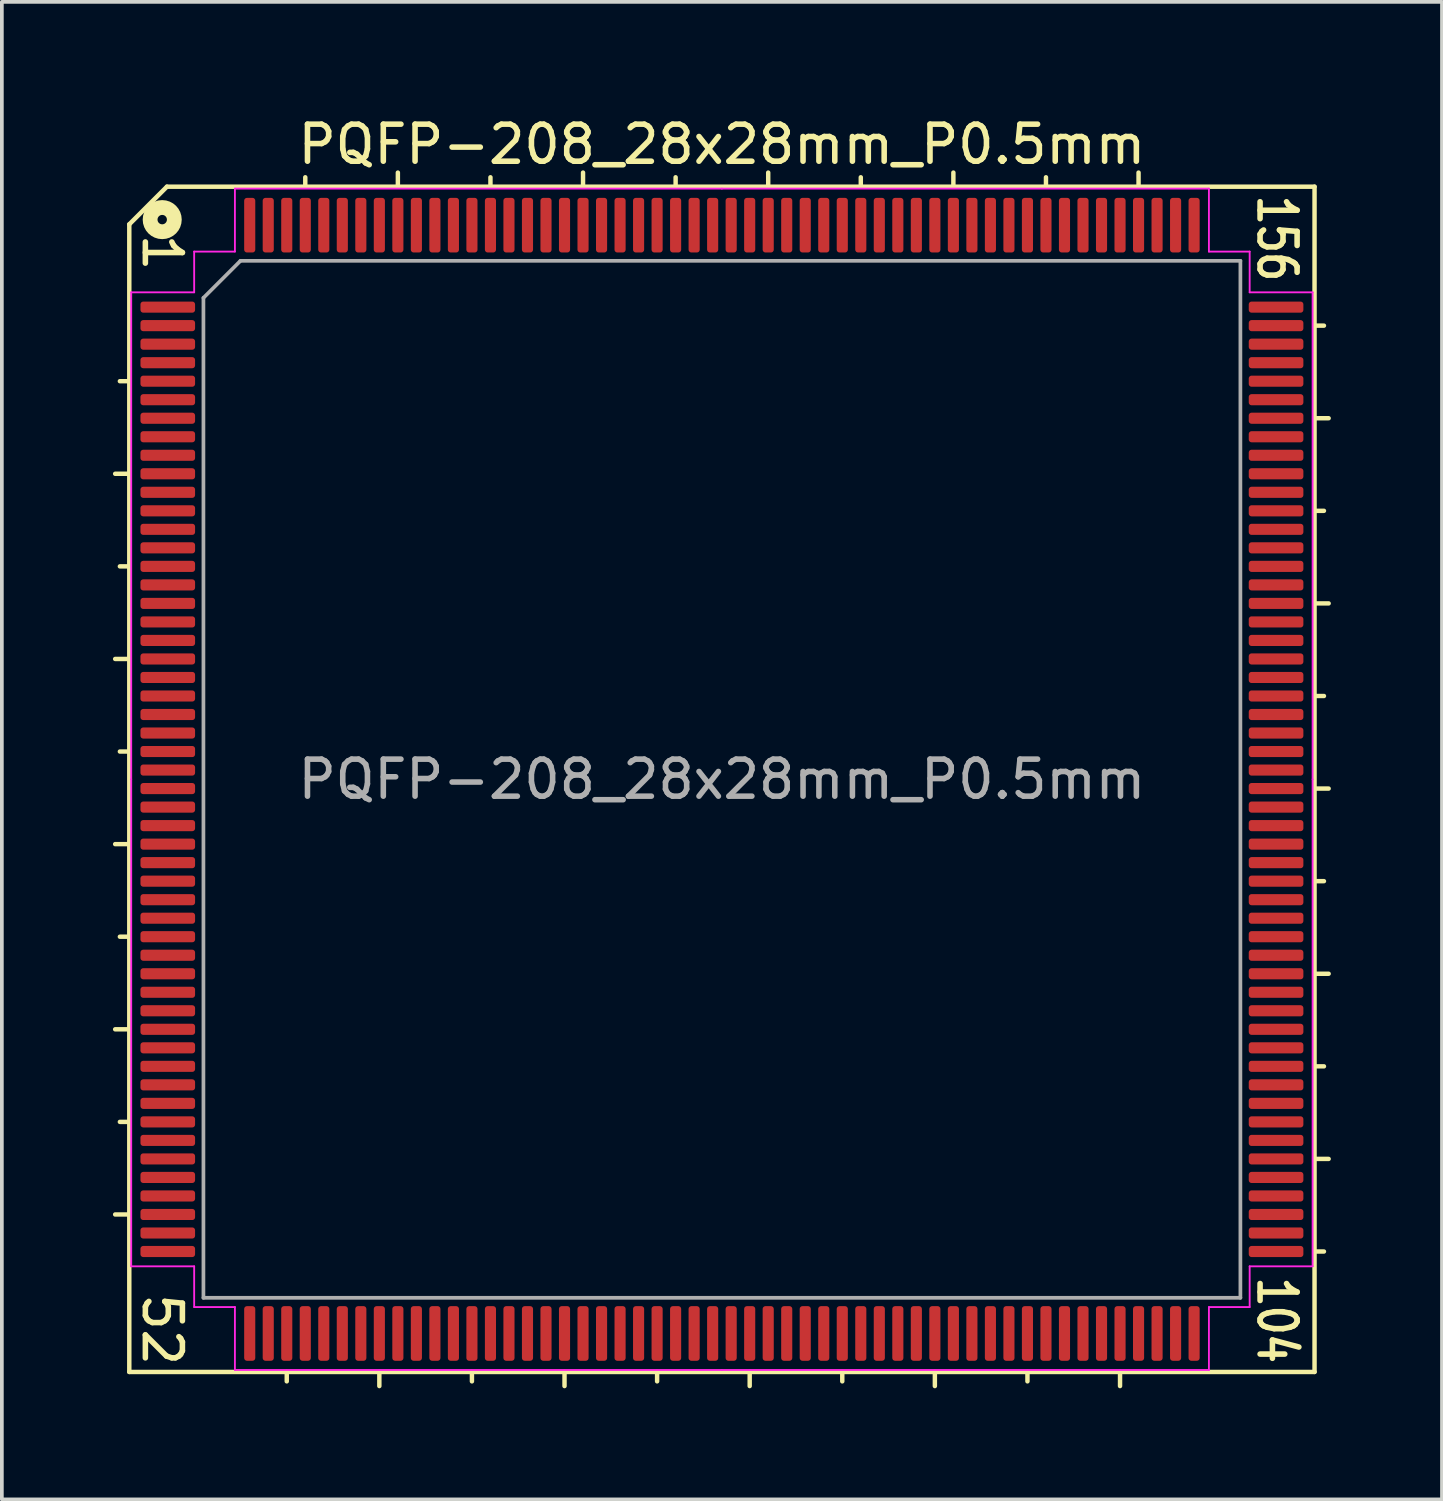
<source format=kicad_pcb>
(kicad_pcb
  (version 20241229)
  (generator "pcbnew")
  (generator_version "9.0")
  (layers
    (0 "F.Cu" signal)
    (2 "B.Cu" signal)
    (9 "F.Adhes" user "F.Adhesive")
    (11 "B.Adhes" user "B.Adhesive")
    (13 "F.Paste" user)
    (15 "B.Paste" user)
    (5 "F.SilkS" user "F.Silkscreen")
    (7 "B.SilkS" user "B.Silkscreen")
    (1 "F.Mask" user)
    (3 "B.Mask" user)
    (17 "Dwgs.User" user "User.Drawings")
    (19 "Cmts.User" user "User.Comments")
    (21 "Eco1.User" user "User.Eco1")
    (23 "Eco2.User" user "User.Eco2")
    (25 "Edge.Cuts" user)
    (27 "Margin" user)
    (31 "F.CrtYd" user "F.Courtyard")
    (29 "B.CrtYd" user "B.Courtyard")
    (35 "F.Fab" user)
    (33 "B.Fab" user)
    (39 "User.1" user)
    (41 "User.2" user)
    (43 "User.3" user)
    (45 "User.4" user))
  (footprint "PQFP-208_28x28mm_P0.5mm"
    (layer "F.Cu")
    (at 16.443 17.993)
    (property "Reference" "PQFP-208_28x28mm_P0.5mm" (at 0 -17.145 0) (layer "F.SilkS") (effects (font (size 1 1) (thickness 0.15))))
    (attr smd)
    (fp_line (start -16.002 -14.986) (end -16.002 16.002) (stroke (width 0.12) (type solid)) (layer "F.SilkS"))
    (fp_line (start -16.002 -10.75) (end -16.256 -10.75) (stroke (width 0.12) (type solid)) (layer "F.SilkS"))
    (fp_line (start -16.002 -8.25) (end -16.383 -8.25) (stroke (width 0.12) (type solid)) (layer "F.SilkS"))
    (fp_line (start -16.002 -5.75) (end -16.256 -5.75) (stroke (width 0.12) (type solid)) (layer "F.SilkS"))
    (fp_line (start -16.002 -3.25) (end -16.383 -3.25) (stroke (width 0.12) (type solid)) (layer "F.SilkS"))
    (fp_line (start -16.002 -0.75) (end -16.256 -0.75) (stroke (width 0.12) (type solid)) (layer "F.SilkS"))
    (fp_line (start -16.002 1.75) (end -16.383 1.75) (stroke (width 0.12) (type solid)) (layer "F.SilkS"))
    (fp_line (start -16.002 4.25) (end -16.256 4.25) (stroke (width 0.12) (type solid)) (layer "F.SilkS"))
    (fp_line (start -16.002 6.75) (end -16.383 6.75) (stroke (width 0.12) (type solid)) (layer "F.SilkS"))
    (fp_line (start -16.002 9.25) (end -16.256 9.25) (stroke (width 0.12) (type solid)) (layer "F.SilkS"))
    (fp_line (start -16.002 11.75) (end -16.383 11.75) (stroke (width 0.12) (type solid)) (layer "F.SilkS"))
    (fp_line (start -16.002 16.002) (end 16.002 16.002) (stroke (width 0.12) (type solid)) (layer "F.SilkS"))
    (fp_line (start -14.986 -16.002) (end -16.002 -14.986) (stroke (width 0.12) (type solid)) (layer "F.SilkS"))
    (fp_line (start -11.75 16.002) (end -11.75 16.256) (stroke (width 0.12) (type solid)) (layer "F.SilkS"))
    (fp_line (start -11.25 -16.002) (end -11.25 -16.256) (stroke (width 0.12) (type solid)) (layer "F.SilkS"))
    (fp_line (start -9.25 16.002) (end -9.25 16.383) (stroke (width 0.12) (type solid)) (layer "F.SilkS"))
    (fp_line (start -8.75 -16.002) (end -8.75 -16.383) (stroke (width 0.12) (type solid)) (layer "F.SilkS"))
    (fp_line (start -6.75 16.002) (end -6.75 16.256) (stroke (width 0.12) (type solid)) (layer "F.SilkS"))
    (fp_line (start -6.25 -16.002) (end -6.25 -16.256) (stroke (width 0.12) (type solid)) (layer "F.SilkS"))
    (fp_line (start -4.25 16.002) (end -4.25 16.383) (stroke (width 0.12) (type solid)) (layer "F.SilkS"))
    (fp_line (start -3.75 -16.002) (end -3.75 -16.383) (stroke (width 0.12) (type solid)) (layer "F.SilkS"))
    (fp_line (start -1.75 16.002) (end -1.75 16.256) (stroke (width 0.12) (type solid)) (layer "F.SilkS"))
    (fp_line (start -1.25 -16.002) (end -1.25 -16.256) (stroke (width 0.12) (type solid)) (layer "F.SilkS"))
    (fp_line (start 0.75 16.002) (end 0.75 16.383) (stroke (width 0.12) (type solid)) (layer "F.SilkS"))
    (fp_line (start 1.25 -16.002) (end 1.25 -16.383) (stroke (width 0.12) (type solid)) (layer "F.SilkS"))
    (fp_line (start 3.25 16.002) (end 3.25 16.256) (stroke (width 0.12) (type solid)) (layer "F.SilkS"))
    (fp_line (start 3.75 -16.002) (end 3.75 -16.256) (stroke (width 0.12) (type solid)) (layer "F.SilkS"))
    (fp_line (start 5.75 16.002) (end 5.75 16.383) (stroke (width 0.12) (type solid)) (layer "F.SilkS"))
    (fp_line (start 6.25 -16.002) (end 6.25 -16.383) (stroke (width 0.12) (type solid)) (layer "F.SilkS"))
    (fp_line (start 8.25 16.002) (end 8.25 16.256) (stroke (width 0.12) (type solid)) (layer "F.SilkS"))
    (fp_line (start 8.75 -16.002) (end 8.75 -16.256) (stroke (width 0.12) (type solid)) (layer "F.SilkS"))
    (fp_line (start 10.75 16.002) (end 10.75 16.383) (stroke (width 0.12) (type solid)) (layer "F.SilkS"))
    (fp_line (start 11.25 -16.002) (end 11.25 -16.383) (stroke (width 0.12) (type solid)) (layer "F.SilkS"))
    (fp_line (start 16.002 -16.002) (end -14.986 -16.002) (stroke (width 0.12) (type solid)) (layer "F.SilkS"))
    (fp_line (start 16.002 -12.25) (end 16.256 -12.25) (stroke (width 0.12) (type solid)) (layer "F.SilkS"))
    (fp_line (start 16.002 -9.75) (end 16.383 -9.75) (stroke (width 0.12) (type solid)) (layer "F.SilkS"))
    (fp_line (start 16.002 -7.25) (end 16.256 -7.25) (stroke (width 0.12) (type solid)) (layer "F.SilkS"))
    (fp_line (start 16.002 -4.75) (end 16.383 -4.75) (stroke (width 0.12) (type solid)) (layer "F.SilkS"))
    (fp_line (start 16.002 -2.25) (end 16.256 -2.25) (stroke (width 0.12) (type solid)) (layer "F.SilkS"))
    (fp_line (start 16.002 0.25) (end 16.383 0.25) (stroke (width 0.12) (type solid)) (layer "F.SilkS"))
    (fp_line (start 16.002 2.75) (end 16.256 2.75) (stroke (width 0.12) (type solid)) (layer "F.SilkS"))
    (fp_line (start 16.002 5.25) (end 16.383 5.25) (stroke (width 0.12) (type solid)) (layer "F.SilkS"))
    (fp_line (start 16.002 7.75) (end 16.256 7.75) (stroke (width 0.12) (type solid)) (layer "F.SilkS"))
    (fp_line (start 16.002 10.25) (end 16.383 10.25) (stroke (width 0.12) (type solid)) (layer "F.SilkS"))
    (fp_line (start 16.002 12.75) (end 16.256 12.75) (stroke (width 0.12) (type solid)) (layer "F.SilkS"))
    (fp_line (start 16.002 16.002) (end 16.002 -16.002) (stroke (width 0.12) (type solid)) (layer "F.SilkS"))
    (fp_circle (center -15.113 -15.113) (end -14.986 -15.113) (stroke (width 0.4) (type solid)) (fill no) (layer "F.SilkS"))
    (fp_line (start -15.95 -13.15) (end -15.95 0) (stroke (width 0.05) (type solid)) (layer "F.CrtYd"))
    (fp_line (start -15.95 13.15) (end -15.95 0) (stroke (width 0.05) (type solid)) (layer "F.CrtYd"))
    (fp_line (start -14.25 -14.25) (end -14.25 -13.15) (stroke (width 0.05) (type solid)) (layer "F.CrtYd"))
    (fp_line (start -14.25 -13.15) (end -15.95 -13.15) (stroke (width 0.05) (type solid)) (layer "F.CrtYd"))
    (fp_line (start -14.25 13.15) (end -15.95 13.15) (stroke (width 0.05) (type solid)) (layer "F.CrtYd"))
    (fp_line (start -14.25 14.25) (end -14.25 13.15) (stroke (width 0.05) (type solid)) (layer "F.CrtYd"))
    (fp_line (start -13.15 -15.95) (end -13.15 -14.25) (stroke (width 0.05) (type solid)) (layer "F.CrtYd"))
    (fp_line (start -13.15 -14.25) (end -14.25 -14.25) (stroke (width 0.05) (type solid)) (layer "F.CrtYd"))
    (fp_line (start -13.15 14.25) (end -14.25 14.25) (stroke (width 0.05) (type solid)) (layer "F.CrtYd"))
    (fp_line (start -13.15 15.95) (end -13.15 14.25) (stroke (width 0.05) (type solid)) (layer "F.CrtYd"))
    (fp_line (start 0 -15.95) (end -13.15 -15.95) (stroke (width 0.05) (type solid)) (layer "F.CrtYd"))
    (fp_line (start 0 -15.95) (end 13.15 -15.95) (stroke (width 0.05) (type solid)) (layer "F.CrtYd"))
    (fp_line (start 0 15.95) (end -13.15 15.95) (stroke (width 0.05) (type solid)) (layer "F.CrtYd"))
    (fp_line (start 0 15.95) (end 13.15 15.95) (stroke (width 0.05) (type solid)) (layer "F.CrtYd"))
    (fp_line (start 13.15 -15.95) (end 13.15 -14.25) (stroke (width 0.05) (type solid)) (layer "F.CrtYd"))
    (fp_line (start 13.15 -14.25) (end 14.25 -14.25) (stroke (width 0.05) (type solid)) (layer "F.CrtYd"))
    (fp_line (start 13.15 14.25) (end 14.25 14.25) (stroke (width 0.05) (type solid)) (layer "F.CrtYd"))
    (fp_line (start 13.15 15.95) (end 13.15 14.25) (stroke (width 0.05) (type solid)) (layer "F.CrtYd"))
    (fp_line (start 14.25 -14.25) (end 14.25 -13.15) (stroke (width 0.05) (type solid)) (layer "F.CrtYd"))
    (fp_line (start 14.25 -13.15) (end 15.95 -13.15) (stroke (width 0.05) (type solid)) (layer "F.CrtYd"))
    (fp_line (start 14.25 13.15) (end 15.95 13.15) (stroke (width 0.05) (type solid)) (layer "F.CrtYd"))
    (fp_line (start 14.25 14.25) (end 14.25 13.15) (stroke (width 0.05) (type solid)) (layer "F.CrtYd"))
    (fp_line (start 15.95 -13.15) (end 15.95 0) (stroke (width 0.05) (type solid)) (layer "F.CrtYd"))
    (fp_line (start 15.95 13.15) (end 15.95 0) (stroke (width 0.05) (type solid)) (layer "F.CrtYd"))
    (fp_line (start -14 -13) (end -13 -14) (stroke (width 0.1) (type solid)) (layer "F.Fab"))
    (fp_line (start -14 14) (end -14 -13) (stroke (width 0.1) (type solid)) (layer "F.Fab"))
    (fp_line (start -13 -14) (end 14 -14) (stroke (width 0.1) (type solid)) (layer "F.Fab"))
    (fp_line (start 14 -14) (end 14 14) (stroke (width 0.1) (type solid)) (layer "F.Fab"))
    (fp_line (start 14 14) (end -14 14) (stroke (width 0.1) (type solid)) (layer "F.Fab"))
    (fp_text user "52" (at -15.113 14.859 270) (unlocked yes) (layer "F.SilkS") (effects (font (size 1 1) (thickness 0.15))))
    (fp_text user "156" (at 14.986 -14.605 270) (unlocked yes) (layer "F.SilkS") (effects (font (size 1 0.8) (thickness 0.15))))
    (fp_text user "1" (at -15.113 -14.224 270) (unlocked yes) (layer "F.SilkS") (effects (font (size 1 1) (thickness 0.15))))
    (fp_text user "104" (at 14.986 14.605 270) (unlocked yes) (layer "F.SilkS") (effects (font (size 1 0.8) (thickness 0.15))))
    (fp_text user "${REFERENCE}" (at 0 0 0) (layer "F.Fab") (effects (font (size 1 1) (thickness 0.15))))
    (pad "1" smd roundrect (at -14.963 -12.75) (size 1.475 0.3) (layers "F.Cu" "F.Mask" "F.Paste") (roundrect_rratio 0.25))
    (pad "2" smd roundrect (at -14.963 -12.25) (size 1.475 0.3) (layers "F.Cu" "F.Mask" "F.Paste") (roundrect_rratio 0.25))
    (pad "3" smd roundrect (at -14.963 -11.75) (size 1.475 0.3) (layers "F.Cu" "F.Mask" "F.Paste") (roundrect_rratio 0.25))
    (pad "4" smd roundrect (at -14.963 -11.25) (size 1.475 0.3) (layers "F.Cu" "F.Mask" "F.Paste") (roundrect_rratio 0.25))
    (pad "5" smd roundrect (at -14.963 -10.75) (size 1.475 0.3) (layers "F.Cu" "F.Mask" "F.Paste") (roundrect_rratio 0.25))
    (pad "6" smd roundrect (at -14.963 -10.25) (size 1.475 0.3) (layers "F.Cu" "F.Mask" "F.Paste") (roundrect_rratio 0.25))
    (pad "7" smd roundrect (at -14.963 -9.75) (size 1.475 0.3) (layers "F.Cu" "F.Mask" "F.Paste") (roundrect_rratio 0.25))
    (pad "8" smd roundrect (at -14.963 -9.25) (size 1.475 0.3) (layers "F.Cu" "F.Mask" "F.Paste") (roundrect_rratio 0.25))
    (pad "9" smd roundrect (at -14.963 -8.75) (size 1.475 0.3) (layers "F.Cu" "F.Mask" "F.Paste") (roundrect_rratio 0.25))
    (pad "10" smd roundrect (at -14.963 -8.25) (size 1.475 0.3) (layers "F.Cu" "F.Mask" "F.Paste") (roundrect_rratio 0.25))
    (pad "11" smd roundrect (at -14.963 -7.75) (size 1.475 0.3) (layers "F.Cu" "F.Mask" "F.Paste") (roundrect_rratio 0.25))
    (pad "12" smd roundrect (at -14.963 -7.25) (size 1.475 0.3) (layers "F.Cu" "F.Mask" "F.Paste") (roundrect_rratio 0.25))
    (pad "13" smd roundrect (at -14.963 -6.75) (size 1.475 0.3) (layers "F.Cu" "F.Mask" "F.Paste") (roundrect_rratio 0.25))
    (pad "14" smd roundrect (at -14.963 -6.25) (size 1.475 0.3) (layers "F.Cu" "F.Mask" "F.Paste") (roundrect_rratio 0.25))
    (pad "15" smd roundrect (at -14.963 -5.75) (size 1.475 0.3) (layers "F.Cu" "F.Mask" "F.Paste") (roundrect_rratio 0.25))
    (pad "16" smd roundrect (at -14.963 -5.25) (size 1.475 0.3) (layers "F.Cu" "F.Mask" "F.Paste") (roundrect_rratio 0.25))
    (pad "17" smd roundrect (at -14.963 -4.75) (size 1.475 0.3) (layers "F.Cu" "F.Mask" "F.Paste") (roundrect_rratio 0.25))
    (pad "18" smd roundrect (at -14.963 -4.25) (size 1.475 0.3) (layers "F.Cu" "F.Mask" "F.Paste") (roundrect_rratio 0.25))
    (pad "19" smd roundrect (at -14.963 -3.75) (size 1.475 0.3) (layers "F.Cu" "F.Mask" "F.Paste") (roundrect_rratio 0.25))
    (pad "20" smd roundrect (at -14.963 -3.25) (size 1.475 0.3) (layers "F.Cu" "F.Mask" "F.Paste") (roundrect_rratio 0.25))
    (pad "21" smd roundrect (at -14.963 -2.75) (size 1.475 0.3) (layers "F.Cu" "F.Mask" "F.Paste") (roundrect_rratio 0.25))
    (pad "22" smd roundrect (at -14.963 -2.25) (size 1.475 0.3) (layers "F.Cu" "F.Mask" "F.Paste") (roundrect_rratio 0.25))
    (pad "23" smd roundrect (at -14.963 -1.75) (size 1.475 0.3) (layers "F.Cu" "F.Mask" "F.Paste") (roundrect_rratio 0.25))
    (pad "24" smd roundrect (at -14.963 -1.25) (size 1.475 0.3) (layers "F.Cu" "F.Mask" "F.Paste") (roundrect_rratio 0.25))
    (pad "25" smd roundrect (at -14.963 -0.75) (size 1.475 0.3) (layers "F.Cu" "F.Mask" "F.Paste") (roundrect_rratio 0.25))
    (pad "26" smd roundrect (at -14.963 -0.25) (size 1.475 0.3) (layers "F.Cu" "F.Mask" "F.Paste") (roundrect_rratio 0.25))
    (pad "27" smd roundrect (at -14.963 0.25) (size 1.475 0.3) (layers "F.Cu" "F.Mask" "F.Paste") (roundrect_rratio 0.25))
    (pad "28" smd roundrect (at -14.963 0.75) (size 1.475 0.3) (layers "F.Cu" "F.Mask" "F.Paste") (roundrect_rratio 0.25))
    (pad "29" smd roundrect (at -14.963 1.25) (size 1.475 0.3) (layers "F.Cu" "F.Mask" "F.Paste") (roundrect_rratio 0.25))
    (pad "30" smd roundrect (at -14.963 1.75) (size 1.475 0.3) (layers "F.Cu" "F.Mask" "F.Paste") (roundrect_rratio 0.25))
    (pad "31" smd roundrect (at -14.963 2.25) (size 1.475 0.3) (layers "F.Cu" "F.Mask" "F.Paste") (roundrect_rratio 0.25))
    (pad "32" smd roundrect (at -14.963 2.75) (size 1.475 0.3) (layers "F.Cu" "F.Mask" "F.Paste") (roundrect_rratio 0.25))
    (pad "33" smd roundrect (at -14.963 3.25) (size 1.475 0.3) (layers "F.Cu" "F.Mask" "F.Paste") (roundrect_rratio 0.25))
    (pad "34" smd roundrect (at -14.963 3.75) (size 1.475 0.3) (layers "F.Cu" "F.Mask" "F.Paste") (roundrect_rratio 0.25))
    (pad "35" smd roundrect (at -14.963 4.25) (size 1.475 0.3) (layers "F.Cu" "F.Mask" "F.Paste") (roundrect_rratio 0.25))
    (pad "36" smd roundrect (at -14.963 4.75) (size 1.475 0.3) (layers "F.Cu" "F.Mask" "F.Paste") (roundrect_rratio 0.25))
    (pad "37" smd roundrect (at -14.963 5.25) (size 1.475 0.3) (layers "F.Cu" "F.Mask" "F.Paste") (roundrect_rratio 0.25))
    (pad "38" smd roundrect (at -14.963 5.75) (size 1.475 0.3) (layers "F.Cu" "F.Mask" "F.Paste") (roundrect_rratio 0.25))
    (pad "39" smd roundrect (at -14.963 6.25) (size 1.475 0.3) (layers "F.Cu" "F.Mask" "F.Paste") (roundrect_rratio 0.25))
    (pad "40" smd roundrect (at -14.963 6.75) (size 1.475 0.3) (layers "F.Cu" "F.Mask" "F.Paste") (roundrect_rratio 0.25))
    (pad "41" smd roundrect (at -14.963 7.25) (size 1.475 0.3) (layers "F.Cu" "F.Mask" "F.Paste") (roundrect_rratio 0.25))
    (pad "42" smd roundrect (at -14.963 7.75) (size 1.475 0.3) (layers "F.Cu" "F.Mask" "F.Paste") (roundrect_rratio 0.25))
    (pad "43" smd roundrect (at -14.963 8.25) (size 1.475 0.3) (layers "F.Cu" "F.Mask" "F.Paste") (roundrect_rratio 0.25))
    (pad "44" smd roundrect (at -14.963 8.75) (size 1.475 0.3) (layers "F.Cu" "F.Mask" "F.Paste") (roundrect_rratio 0.25))
    (pad "45" smd roundrect (at -14.963 9.25) (size 1.475 0.3) (layers "F.Cu" "F.Mask" "F.Paste") (roundrect_rratio 0.25))
    (pad "46" smd roundrect (at -14.963 9.75) (size 1.475 0.3) (layers "F.Cu" "F.Mask" "F.Paste") (roundrect_rratio 0.25))
    (pad "47" smd roundrect (at -14.963 10.25) (size 1.475 0.3) (layers "F.Cu" "F.Mask" "F.Paste") (roundrect_rratio 0.25))
    (pad "48" smd roundrect (at -14.963 10.75) (size 1.475 0.3) (layers "F.Cu" "F.Mask" "F.Paste") (roundrect_rratio 0.25))
    (pad "49" smd roundrect (at -14.963 11.25) (size 1.475 0.3) (layers "F.Cu" "F.Mask" "F.Paste") (roundrect_rratio 0.25))
    (pad "50" smd roundrect (at -14.963 11.75) (size 1.475 0.3) (layers "F.Cu" "F.Mask" "F.Paste") (roundrect_rratio 0.25))
    (pad "51" smd roundrect (at -14.963 12.25) (size 1.475 0.3) (layers "F.Cu" "F.Mask" "F.Paste") (roundrect_rratio 0.25))
    (pad "52" smd roundrect (at -14.963 12.75) (size 1.475 0.3) (layers "F.Cu" "F.Mask" "F.Paste") (roundrect_rratio 0.25))
    (pad "53" smd roundrect (at -12.75 14.963) (size 0.3 1.475) (layers "F.Cu" "F.Mask" "F.Paste") (roundrect_rratio 0.25))
    (pad "54" smd roundrect (at -12.25 14.963) (size 0.3 1.475) (layers "F.Cu" "F.Mask" "F.Paste") (roundrect_rratio 0.25))
    (pad "55" smd roundrect (at -11.75 14.963) (size 0.3 1.475) (layers "F.Cu" "F.Mask" "F.Paste") (roundrect_rratio 0.25))
    (pad "56" smd roundrect (at -11.25 14.963) (size 0.3 1.475) (layers "F.Cu" "F.Mask" "F.Paste") (roundrect_rratio 0.25))
    (pad "57" smd roundrect (at -10.75 14.963) (size 0.3 1.475) (layers "F.Cu" "F.Mask" "F.Paste") (roundrect_rratio 0.25))
    (pad "58" smd roundrect (at -10.25 14.963) (size 0.3 1.475) (layers "F.Cu" "F.Mask" "F.Paste") (roundrect_rratio 0.25))
    (pad "59" smd roundrect (at -9.75 14.963) (size 0.3 1.475) (layers "F.Cu" "F.Mask" "F.Paste") (roundrect_rratio 0.25))
    (pad "60" smd roundrect (at -9.25 14.963) (size 0.3 1.475) (layers "F.Cu" "F.Mask" "F.Paste") (roundrect_rratio 0.25))
    (pad "61" smd roundrect (at -8.75 14.963) (size 0.3 1.475) (layers "F.Cu" "F.Mask" "F.Paste") (roundrect_rratio 0.25))
    (pad "62" smd roundrect (at -8.25 14.963) (size 0.3 1.475) (layers "F.Cu" "F.Mask" "F.Paste") (roundrect_rratio 0.25))
    (pad "63" smd roundrect (at -7.75 14.963) (size 0.3 1.475) (layers "F.Cu" "F.Mask" "F.Paste") (roundrect_rratio 0.25))
    (pad "64" smd roundrect (at -7.25 14.963) (size 0.3 1.475) (layers "F.Cu" "F.Mask" "F.Paste") (roundrect_rratio 0.25))
    (pad "65" smd roundrect (at -6.75 14.963) (size 0.3 1.475) (layers "F.Cu" "F.Mask" "F.Paste") (roundrect_rratio 0.25))
    (pad "66" smd roundrect (at -6.25 14.963) (size 0.3 1.475) (layers "F.Cu" "F.Mask" "F.Paste") (roundrect_rratio 0.25))
    (pad "67" smd roundrect (at -5.75 14.963) (size 0.3 1.475) (layers "F.Cu" "F.Mask" "F.Paste") (roundrect_rratio 0.25))
    (pad "68" smd roundrect (at -5.25 14.963) (size 0.3 1.475) (layers "F.Cu" "F.Mask" "F.Paste") (roundrect_rratio 0.25))
    (pad "69" smd roundrect (at -4.75 14.963) (size 0.3 1.475) (layers "F.Cu" "F.Mask" "F.Paste") (roundrect_rratio 0.25))
    (pad "70" smd roundrect (at -4.25 14.963) (size 0.3 1.475) (layers "F.Cu" "F.Mask" "F.Paste") (roundrect_rratio 0.25))
    (pad "71" smd roundrect (at -3.75 14.963) (size 0.3 1.475) (layers "F.Cu" "F.Mask" "F.Paste") (roundrect_rratio 0.25))
    (pad "72" smd roundrect (at -3.25 14.963) (size 0.3 1.475) (layers "F.Cu" "F.Mask" "F.Paste") (roundrect_rratio 0.25))
    (pad "73" smd roundrect (at -2.75 14.963) (size 0.3 1.475) (layers "F.Cu" "F.Mask" "F.Paste") (roundrect_rratio 0.25))
    (pad "74" smd roundrect (at -2.25 14.963) (size 0.3 1.475) (layers "F.Cu" "F.Mask" "F.Paste") (roundrect_rratio 0.25))
    (pad "75" smd roundrect (at -1.75 14.963) (size 0.3 1.475) (layers "F.Cu" "F.Mask" "F.Paste") (roundrect_rratio 0.25))
    (pad "76" smd roundrect (at -1.25 14.963) (size 0.3 1.475) (layers "F.Cu" "F.Mask" "F.Paste") (roundrect_rratio 0.25))
    (pad "77" smd roundrect (at -0.75 14.963) (size 0.3 1.475) (layers "F.Cu" "F.Mask" "F.Paste") (roundrect_rratio 0.25))
    (pad "78" smd roundrect (at -0.25 14.963) (size 0.3 1.475) (layers "F.Cu" "F.Mask" "F.Paste") (roundrect_rratio 0.25))
    (pad "79" smd roundrect (at 0.25 14.963) (size 0.3 1.475) (layers "F.Cu" "F.Mask" "F.Paste") (roundrect_rratio 0.25))
    (pad "80" smd roundrect (at 0.75 14.963) (size 0.3 1.475) (layers "F.Cu" "F.Mask" "F.Paste") (roundrect_rratio 0.25))
    (pad "81" smd roundrect (at 1.25 14.963) (size 0.3 1.475) (layers "F.Cu" "F.Mask" "F.Paste") (roundrect_rratio 0.25))
    (pad "82" smd roundrect (at 1.75 14.963) (size 0.3 1.475) (layers "F.Cu" "F.Mask" "F.Paste") (roundrect_rratio 0.25))
    (pad "83" smd roundrect (at 2.25 14.963) (size 0.3 1.475) (layers "F.Cu" "F.Mask" "F.Paste") (roundrect_rratio 0.25))
    (pad "84" smd roundrect (at 2.75 14.963) (size 0.3 1.475) (layers "F.Cu" "F.Mask" "F.Paste") (roundrect_rratio 0.25))
    (pad "85" smd roundrect (at 3.25 14.963) (size 0.3 1.475) (layers "F.Cu" "F.Mask" "F.Paste") (roundrect_rratio 0.25))
    (pad "86" smd roundrect (at 3.75 14.963) (size 0.3 1.475) (layers "F.Cu" "F.Mask" "F.Paste") (roundrect_rratio 0.25))
    (pad "87" smd roundrect (at 4.25 14.963) (size 0.3 1.475) (layers "F.Cu" "F.Mask" "F.Paste") (roundrect_rratio 0.25))
    (pad "88" smd roundrect (at 4.75 14.963) (size 0.3 1.475) (layers "F.Cu" "F.Mask" "F.Paste") (roundrect_rratio 0.25))
    (pad "89" smd roundrect (at 5.25 14.963) (size 0.3 1.475) (layers "F.Cu" "F.Mask" "F.Paste") (roundrect_rratio 0.25))
    (pad "90" smd roundrect (at 5.75 14.963) (size 0.3 1.475) (layers "F.Cu" "F.Mask" "F.Paste") (roundrect_rratio 0.25))
    (pad "91" smd roundrect (at 6.25 14.963) (size 0.3 1.475) (layers "F.Cu" "F.Mask" "F.Paste") (roundrect_rratio 0.25))
    (pad "92" smd roundrect (at 6.75 14.963) (size 0.3 1.475) (layers "F.Cu" "F.Mask" "F.Paste") (roundrect_rratio 0.25))
    (pad "93" smd roundrect (at 7.25 14.963) (size 0.3 1.475) (layers "F.Cu" "F.Mask" "F.Paste") (roundrect_rratio 0.25))
    (pad "94" smd roundrect (at 7.75 14.963) (size 0.3 1.475) (layers "F.Cu" "F.Mask" "F.Paste") (roundrect_rratio 0.25))
    (pad "95" smd roundrect (at 8.25 14.963) (size 0.3 1.475) (layers "F.Cu" "F.Mask" "F.Paste") (roundrect_rratio 0.25))
    (pad "96" smd roundrect (at 8.75 14.963) (size 0.3 1.475) (layers "F.Cu" "F.Mask" "F.Paste") (roundrect_rratio 0.25))
    (pad "97" smd roundrect (at 9.25 14.963) (size 0.3 1.475) (layers "F.Cu" "F.Mask" "F.Paste") (roundrect_rratio 0.25))
    (pad "98" smd roundrect (at 9.75 14.963) (size 0.3 1.475) (layers "F.Cu" "F.Mask" "F.Paste") (roundrect_rratio 0.25))
    (pad "99" smd roundrect (at 10.25 14.963) (size 0.3 1.475) (layers "F.Cu" "F.Mask" "F.Paste") (roundrect_rratio 0.25))
    (pad "100" smd roundrect (at 10.75 14.963) (size 0.3 1.475) (layers "F.Cu" "F.Mask" "F.Paste") (roundrect_rratio 0.25))
    (pad "101" smd roundrect (at 11.25 14.963) (size 0.3 1.475) (layers "F.Cu" "F.Mask" "F.Paste") (roundrect_rratio 0.25))
    (pad "102" smd roundrect (at 11.75 14.963) (size 0.3 1.475) (layers "F.Cu" "F.Mask" "F.Paste") (roundrect_rratio 0.25))
    (pad "103" smd roundrect (at 12.25 14.963) (size 0.3 1.475) (layers "F.Cu" "F.Mask" "F.Paste") (roundrect_rratio 0.25))
    (pad "104" smd roundrect (at 12.75 14.963) (size 0.3 1.475) (layers "F.Cu" "F.Mask" "F.Paste") (roundrect_rratio 0.25))
    (pad "105" smd roundrect (at 14.963 12.75) (size 1.475 0.3) (layers "F.Cu" "F.Mask" "F.Paste") (roundrect_rratio 0.25))
    (pad "106" smd roundrect (at 14.963 12.25) (size 1.475 0.3) (layers "F.Cu" "F.Mask" "F.Paste") (roundrect_rratio 0.25))
    (pad "107" smd roundrect (at 14.963 11.75) (size 1.475 0.3) (layers "F.Cu" "F.Mask" "F.Paste") (roundrect_rratio 0.25))
    (pad "108" smd roundrect (at 14.963 11.25) (size 1.475 0.3) (layers "F.Cu" "F.Mask" "F.Paste") (roundrect_rratio 0.25))
    (pad "109" smd roundrect (at 14.963 10.75) (size 1.475 0.3) (layers "F.Cu" "F.Mask" "F.Paste") (roundrect_rratio 0.25))
    (pad "110" smd roundrect (at 14.963 10.25) (size 1.475 0.3) (layers "F.Cu" "F.Mask" "F.Paste") (roundrect_rratio 0.25))
    (pad "111" smd roundrect (at 14.963 9.75) (size 1.475 0.3) (layers "F.Cu" "F.Mask" "F.Paste") (roundrect_rratio 0.25))
    (pad "112" smd roundrect (at 14.963 9.25) (size 1.475 0.3) (layers "F.Cu" "F.Mask" "F.Paste") (roundrect_rratio 0.25))
    (pad "113" smd roundrect (at 14.963 8.75) (size 1.475 0.3) (layers "F.Cu" "F.Mask" "F.Paste") (roundrect_rratio 0.25))
    (pad "114" smd roundrect (at 14.963 8.25) (size 1.475 0.3) (layers "F.Cu" "F.Mask" "F.Paste") (roundrect_rratio 0.25))
    (pad "115" smd roundrect (at 14.963 7.75) (size 1.475 0.3) (layers "F.Cu" "F.Mask" "F.Paste") (roundrect_rratio 0.25))
    (pad "116" smd roundrect (at 14.963 7.25) (size 1.475 0.3) (layers "F.Cu" "F.Mask" "F.Paste") (roundrect_rratio 0.25))
    (pad "117" smd roundrect (at 14.963 6.75) (size 1.475 0.3) (layers "F.Cu" "F.Mask" "F.Paste") (roundrect_rratio 0.25))
    (pad "118" smd roundrect (at 14.963 6.25) (size 1.475 0.3) (layers "F.Cu" "F.Mask" "F.Paste") (roundrect_rratio 0.25))
    (pad "119" smd roundrect (at 14.963 5.75) (size 1.475 0.3) (layers "F.Cu" "F.Mask" "F.Paste") (roundrect_rratio 0.25))
    (pad "120" smd roundrect (at 14.963 5.25) (size 1.475 0.3) (layers "F.Cu" "F.Mask" "F.Paste") (roundrect_rratio 0.25))
    (pad "121" smd roundrect (at 14.963 4.75) (size 1.475 0.3) (layers "F.Cu" "F.Mask" "F.Paste") (roundrect_rratio 0.25))
    (pad "122" smd roundrect (at 14.963 4.25) (size 1.475 0.3) (layers "F.Cu" "F.Mask" "F.Paste") (roundrect_rratio 0.25))
    (pad "123" smd roundrect (at 14.963 3.75) (size 1.475 0.3) (layers "F.Cu" "F.Mask" "F.Paste") (roundrect_rratio 0.25))
    (pad "124" smd roundrect (at 14.963 3.25) (size 1.475 0.3) (layers "F.Cu" "F.Mask" "F.Paste") (roundrect_rratio 0.25))
    (pad "125" smd roundrect (at 14.963 2.75) (size 1.475 0.3) (layers "F.Cu" "F.Mask" "F.Paste") (roundrect_rratio 0.25))
    (pad "126" smd roundrect (at 14.963 2.25) (size 1.475 0.3) (layers "F.Cu" "F.Mask" "F.Paste") (roundrect_rratio 0.25))
    (pad "127" smd roundrect (at 14.963 1.75) (size 1.475 0.3) (layers "F.Cu" "F.Mask" "F.Paste") (roundrect_rratio 0.25))
    (pad "128" smd roundrect (at 14.963 1.25) (size 1.475 0.3) (layers "F.Cu" "F.Mask" "F.Paste") (roundrect_rratio 0.25))
    (pad "129" smd roundrect (at 14.963 0.75) (size 1.475 0.3) (layers "F.Cu" "F.Mask" "F.Paste") (roundrect_rratio 0.25))
    (pad "130" smd roundrect (at 14.963 0.25) (size 1.475 0.3) (layers "F.Cu" "F.Mask" "F.Paste") (roundrect_rratio 0.25))
    (pad "131" smd roundrect (at 14.963 -0.25) (size 1.475 0.3) (layers "F.Cu" "F.Mask" "F.Paste") (roundrect_rratio 0.25))
    (pad "132" smd roundrect (at 14.963 -0.75) (size 1.475 0.3) (layers "F.Cu" "F.Mask" "F.Paste") (roundrect_rratio 0.25))
    (pad "133" smd roundrect (at 14.963 -1.25) (size 1.475 0.3) (layers "F.Cu" "F.Mask" "F.Paste") (roundrect_rratio 0.25))
    (pad "134" smd roundrect (at 14.963 -1.75) (size 1.475 0.3) (layers "F.Cu" "F.Mask" "F.Paste") (roundrect_rratio 0.25))
    (pad "135" smd roundrect (at 14.963 -2.25) (size 1.475 0.3) (layers "F.Cu" "F.Mask" "F.Paste") (roundrect_rratio 0.25))
    (pad "136" smd roundrect (at 14.963 -2.75) (size 1.475 0.3) (layers "F.Cu" "F.Mask" "F.Paste") (roundrect_rratio 0.25))
    (pad "137" smd roundrect (at 14.963 -3.25) (size 1.475 0.3) (layers "F.Cu" "F.Mask" "F.Paste") (roundrect_rratio 0.25))
    (pad "138" smd roundrect (at 14.963 -3.75) (size 1.475 0.3) (layers "F.Cu" "F.Mask" "F.Paste") (roundrect_rratio 0.25))
    (pad "139" smd roundrect (at 14.963 -4.25) (size 1.475 0.3) (layers "F.Cu" "F.Mask" "F.Paste") (roundrect_rratio 0.25))
    (pad "140" smd roundrect (at 14.963 -4.75) (size 1.475 0.3) (layers "F.Cu" "F.Mask" "F.Paste") (roundrect_rratio 0.25))
    (pad "141" smd roundrect (at 14.963 -5.25) (size 1.475 0.3) (layers "F.Cu" "F.Mask" "F.Paste") (roundrect_rratio 0.25))
    (pad "142" smd roundrect (at 14.963 -5.75) (size 1.475 0.3) (layers "F.Cu" "F.Mask" "F.Paste") (roundrect_rratio 0.25))
    (pad "143" smd roundrect (at 14.963 -6.25) (size 1.475 0.3) (layers "F.Cu" "F.Mask" "F.Paste") (roundrect_rratio 0.25))
    (pad "144" smd roundrect (at 14.963 -6.75) (size 1.475 0.3) (layers "F.Cu" "F.Mask" "F.Paste") (roundrect_rratio 0.25))
    (pad "145" smd roundrect (at 14.963 -7.25) (size 1.475 0.3) (layers "F.Cu" "F.Mask" "F.Paste") (roundrect_rratio 0.25))
    (pad "146" smd roundrect (at 14.963 -7.75) (size 1.475 0.3) (layers "F.Cu" "F.Mask" "F.Paste") (roundrect_rratio 0.25))
    (pad "147" smd roundrect (at 14.963 -8.25) (size 1.475 0.3) (layers "F.Cu" "F.Mask" "F.Paste") (roundrect_rratio 0.25))
    (pad "148" smd roundrect (at 14.963 -8.75) (size 1.475 0.3) (layers "F.Cu" "F.Mask" "F.Paste") (roundrect_rratio 0.25))
    (pad "149" smd roundrect (at 14.963 -9.25) (size 1.475 0.3) (layers "F.Cu" "F.Mask" "F.Paste") (roundrect_rratio 0.25))
    (pad "150" smd roundrect (at 14.963 -9.75) (size 1.475 0.3) (layers "F.Cu" "F.Mask" "F.Paste") (roundrect_rratio 0.25))
    (pad "151" smd roundrect (at 14.963 -10.25) (size 1.475 0.3) (layers "F.Cu" "F.Mask" "F.Paste") (roundrect_rratio 0.25))
    (pad "152" smd roundrect (at 14.963 -10.75) (size 1.475 0.3) (layers "F.Cu" "F.Mask" "F.Paste") (roundrect_rratio 0.25))
    (pad "153" smd roundrect (at 14.963 -11.25) (size 1.475 0.3) (layers "F.Cu" "F.Mask" "F.Paste") (roundrect_rratio 0.25))
    (pad "154" smd roundrect (at 14.963 -11.75) (size 1.475 0.3) (layers "F.Cu" "F.Mask" "F.Paste") (roundrect_rratio 0.25))
    (pad "155" smd roundrect (at 14.963 -12.25) (size 1.475 0.3) (layers "F.Cu" "F.Mask" "F.Paste") (roundrect_rratio 0.25))
    (pad "156" smd roundrect (at 14.963 -12.75) (size 1.475 0.3) (layers "F.Cu" "F.Mask" "F.Paste") (roundrect_rratio 0.25))
    (pad "157" smd roundrect (at 12.75 -14.963) (size 0.3 1.475) (layers "F.Cu" "F.Mask" "F.Paste") (roundrect_rratio 0.25))
    (pad "158" smd roundrect (at 12.25 -14.963) (size 0.3 1.475) (layers "F.Cu" "F.Mask" "F.Paste") (roundrect_rratio 0.25))
    (pad "159" smd roundrect (at 11.75 -14.963) (size 0.3 1.475) (layers "F.Cu" "F.Mask" "F.Paste") (roundrect_rratio 0.25))
    (pad "160" smd roundrect (at 11.25 -14.963) (size 0.3 1.475) (layers "F.Cu" "F.Mask" "F.Paste") (roundrect_rratio 0.25))
    (pad "161" smd roundrect (at 10.75 -14.963) (size 0.3 1.475) (layers "F.Cu" "F.Mask" "F.Paste") (roundrect_rratio 0.25))
    (pad "162" smd roundrect (at 10.25 -14.963) (size 0.3 1.475) (layers "F.Cu" "F.Mask" "F.Paste") (roundrect_rratio 0.25))
    (pad "163" smd roundrect (at 9.75 -14.963) (size 0.3 1.475) (layers "F.Cu" "F.Mask" "F.Paste") (roundrect_rratio 0.25))
    (pad "164" smd roundrect (at 9.25 -14.963) (size 0.3 1.475) (layers "F.Cu" "F.Mask" "F.Paste") (roundrect_rratio 0.25))
    (pad "165" smd roundrect (at 8.75 -14.963) (size 0.3 1.475) (layers "F.Cu" "F.Mask" "F.Paste") (roundrect_rratio 0.25))
    (pad "166" smd roundrect (at 8.25 -14.963) (size 0.3 1.475) (layers "F.Cu" "F.Mask" "F.Paste") (roundrect_rratio 0.25))
    (pad "167" smd roundrect (at 7.75 -14.963) (size 0.3 1.475) (layers "F.Cu" "F.Mask" "F.Paste") (roundrect_rratio 0.25))
    (pad "168" smd roundrect (at 7.25 -14.963) (size 0.3 1.475) (layers "F.Cu" "F.Mask" "F.Paste") (roundrect_rratio 0.25))
    (pad "169" smd roundrect (at 6.75 -14.963) (size 0.3 1.475) (layers "F.Cu" "F.Mask" "F.Paste") (roundrect_rratio 0.25))
    (pad "170" smd roundrect (at 6.25 -14.963) (size 0.3 1.475) (layers "F.Cu" "F.Mask" "F.Paste") (roundrect_rratio 0.25))
    (pad "171" smd roundrect (at 5.75 -14.963) (size 0.3 1.475) (layers "F.Cu" "F.Mask" "F.Paste") (roundrect_rratio 0.25))
    (pad "172" smd roundrect (at 5.25 -14.963) (size 0.3 1.475) (layers "F.Cu" "F.Mask" "F.Paste") (roundrect_rratio 0.25))
    (pad "173" smd roundrect (at 4.75 -14.963) (size 0.3 1.475) (layers "F.Cu" "F.Mask" "F.Paste") (roundrect_rratio 0.25))
    (pad "174" smd roundrect (at 4.25 -14.963) (size 0.3 1.475) (layers "F.Cu" "F.Mask" "F.Paste") (roundrect_rratio 0.25))
    (pad "175" smd roundrect (at 3.75 -14.963) (size 0.3 1.475) (layers "F.Cu" "F.Mask" "F.Paste") (roundrect_rratio 0.25))
    (pad "176" smd roundrect (at 3.25 -14.963) (size 0.3 1.475) (layers "F.Cu" "F.Mask" "F.Paste") (roundrect_rratio 0.25))
    (pad "177" smd roundrect (at 2.75 -14.963) (size 0.3 1.475) (layers "F.Cu" "F.Mask" "F.Paste") (roundrect_rratio 0.25))
    (pad "178" smd roundrect (at 2.25 -14.963) (size 0.3 1.475) (layers "F.Cu" "F.Mask" "F.Paste") (roundrect_rratio 0.25))
    (pad "179" smd roundrect (at 1.75 -14.963) (size 0.3 1.475) (layers "F.Cu" "F.Mask" "F.Paste") (roundrect_rratio 0.25))
    (pad "180" smd roundrect (at 1.25 -14.963) (size 0.3 1.475) (layers "F.Cu" "F.Mask" "F.Paste") (roundrect_rratio 0.25))
    (pad "181" smd roundrect (at 0.75 -14.963) (size 0.3 1.475) (layers "F.Cu" "F.Mask" "F.Paste") (roundrect_rratio 0.25))
    (pad "182" smd roundrect (at 0.25 -14.963) (size 0.3 1.475) (layers "F.Cu" "F.Mask" "F.Paste") (roundrect_rratio 0.25))
    (pad "183" smd roundrect (at -0.25 -14.963) (size 0.3 1.475) (layers "F.Cu" "F.Mask" "F.Paste") (roundrect_rratio 0.25))
    (pad "184" smd roundrect (at -0.75 -14.963) (size 0.3 1.475) (layers "F.Cu" "F.Mask" "F.Paste") (roundrect_rratio 0.25))
    (pad "185" smd roundrect (at -1.25 -14.963) (size 0.3 1.475) (layers "F.Cu" "F.Mask" "F.Paste") (roundrect_rratio 0.25))
    (pad "186" smd roundrect (at -1.75 -14.963) (size 0.3 1.475) (layers "F.Cu" "F.Mask" "F.Paste") (roundrect_rratio 0.25))
    (pad "187" smd roundrect (at -2.25 -14.963) (size 0.3 1.475) (layers "F.Cu" "F.Mask" "F.Paste") (roundrect_rratio 0.25))
    (pad "188" smd roundrect (at -2.75 -14.963) (size 0.3 1.475) (layers "F.Cu" "F.Mask" "F.Paste") (roundrect_rratio 0.25))
    (pad "189" smd roundrect (at -3.25 -14.963) (size 0.3 1.475) (layers "F.Cu" "F.Mask" "F.Paste") (roundrect_rratio 0.25))
    (pad "190" smd roundrect (at -3.75 -14.963) (size 0.3 1.475) (layers "F.Cu" "F.Mask" "F.Paste") (roundrect_rratio 0.25))
    (pad "191" smd roundrect (at -4.25 -14.963) (size 0.3 1.475) (layers "F.Cu" "F.Mask" "F.Paste") (roundrect_rratio 0.25))
    (pad "192" smd roundrect (at -4.75 -14.963) (size 0.3 1.475) (layers "F.Cu" "F.Mask" "F.Paste") (roundrect_rratio 0.25))
    (pad "193" smd roundrect (at -5.25 -14.963) (size 0.3 1.475) (layers "F.Cu" "F.Mask" "F.Paste") (roundrect_rratio 0.25))
    (pad "194" smd roundrect (at -5.75 -14.963) (size 0.3 1.475) (layers "F.Cu" "F.Mask" "F.Paste") (roundrect_rratio 0.25))
    (pad "195" smd roundrect (at -6.25 -14.963) (size 0.3 1.475) (layers "F.Cu" "F.Mask" "F.Paste") (roundrect_rratio 0.25))
    (pad "196" smd roundrect (at -6.75 -14.963) (size 0.3 1.475) (layers "F.Cu" "F.Mask" "F.Paste") (roundrect_rratio 0.25))
    (pad "197" smd roundrect (at -7.25 -14.963) (size 0.3 1.475) (layers "F.Cu" "F.Mask" "F.Paste") (roundrect_rratio 0.25))
    (pad "198" smd roundrect (at -7.75 -14.963) (size 0.3 1.475) (layers "F.Cu" "F.Mask" "F.Paste") (roundrect_rratio 0.25))
    (pad "199" smd roundrect (at -8.25 -14.963) (size 0.3 1.475) (layers "F.Cu" "F.Mask" "F.Paste") (roundrect_rratio 0.25))
    (pad "200" smd roundrect (at -8.75 -14.963) (size 0.3 1.475) (layers "F.Cu" "F.Mask" "F.Paste") (roundrect_rratio 0.25))
    (pad "201" smd roundrect (at -9.25 -14.963) (size 0.3 1.475) (layers "F.Cu" "F.Mask" "F.Paste") (roundrect_rratio 0.25))
    (pad "202" smd roundrect (at -9.75 -14.963) (size 0.3 1.475) (layers "F.Cu" "F.Mask" "F.Paste") (roundrect_rratio 0.25))
    (pad "203" smd roundrect (at -10.25 -14.963) (size 0.3 1.475) (layers "F.Cu" "F.Mask" "F.Paste") (roundrect_rratio 0.25))
    (pad "204" smd roundrect (at -10.75 -14.963) (size 0.3 1.475) (layers "F.Cu" "F.Mask" "F.Paste") (roundrect_rratio 0.25))
    (pad "205" smd roundrect (at -11.25 -14.963) (size 0.3 1.475) (layers "F.Cu" "F.Mask" "F.Paste") (roundrect_rratio 0.25))
    (pad "206" smd roundrect (at -11.75 -14.963) (size 0.3 1.475) (layers "F.Cu" "F.Mask" "F.Paste") (roundrect_rratio 0.25))
    (pad "207" smd roundrect (at -12.25 -14.963) (size 0.3 1.475) (layers "F.Cu" "F.Mask" "F.Paste") (roundrect_rratio 0.25))
    (pad "208" smd roundrect (at -12.75 -14.963) (size 0.3 1.475) (layers "F.Cu" "F.Mask" "F.Paste") (roundrect_rratio 0.25)))
  (gr_rect
    (start -3 -3)
    (end 35.886 37.436)
    (stroke (width 0.1) (type default))
    (fill no)
    (layer "Edge.Cuts")))
</source>
